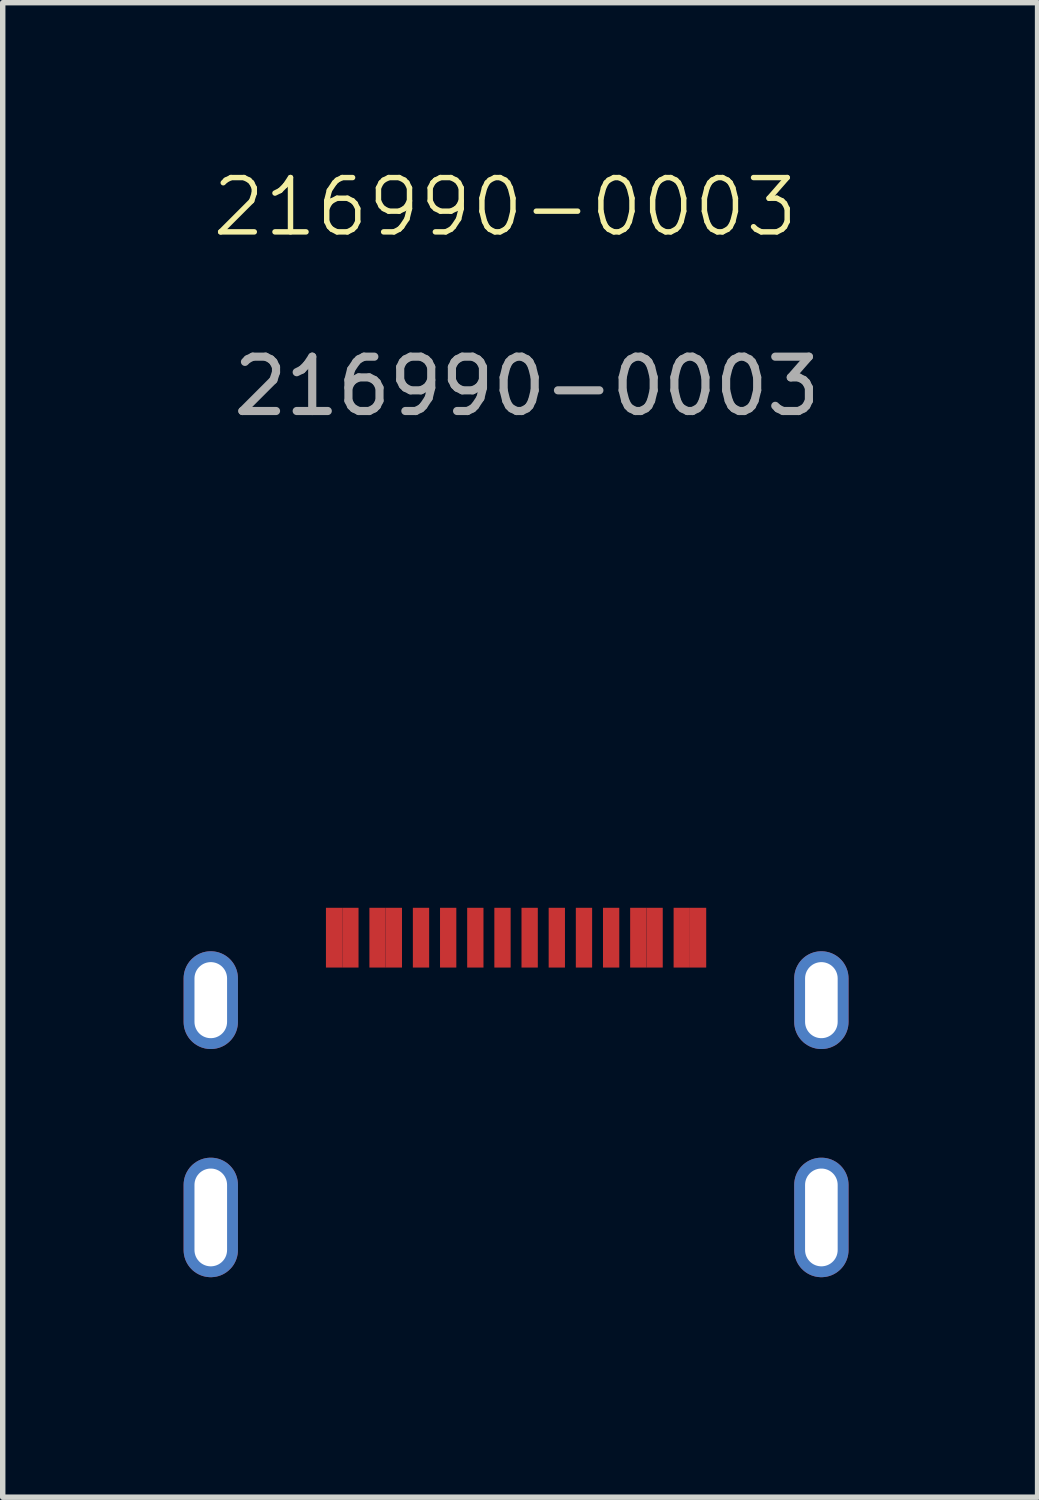
<source format=kicad_pcb>
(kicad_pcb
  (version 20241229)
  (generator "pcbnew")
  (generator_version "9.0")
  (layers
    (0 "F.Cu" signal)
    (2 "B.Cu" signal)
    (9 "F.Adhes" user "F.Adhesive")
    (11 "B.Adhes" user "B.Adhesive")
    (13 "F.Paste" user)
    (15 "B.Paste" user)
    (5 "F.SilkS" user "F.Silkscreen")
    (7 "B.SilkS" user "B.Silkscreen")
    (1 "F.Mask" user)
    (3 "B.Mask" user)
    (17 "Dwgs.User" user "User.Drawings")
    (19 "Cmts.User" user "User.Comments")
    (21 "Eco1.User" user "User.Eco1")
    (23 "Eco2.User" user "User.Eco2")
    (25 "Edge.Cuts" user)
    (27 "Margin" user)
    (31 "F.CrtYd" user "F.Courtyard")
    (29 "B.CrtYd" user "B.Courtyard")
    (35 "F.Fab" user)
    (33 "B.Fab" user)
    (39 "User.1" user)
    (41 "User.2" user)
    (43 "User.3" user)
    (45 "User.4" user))
  (footprint "216990-0003"
    (layer "F.Cu")
    (at 6.45 14.761)
    (property "Reference" "216990-0003" (at -0.2 -14 0) (unlocked yes) (layer "F.SilkS") (effects (font (size 1 1) (thickness 0.1))))
    (attr smd)
    (fp_rect (start -6.4 -1.3) (end 6.55 6.7) (stroke (width 0.1) (type default)) (fill no) (layer "Margin"))
    (fp_text user "${REFERENCE}" (at 0.2 -10.7 0) (unlocked yes) (layer "F.Fab") (effects (font (size 1 1) (thickness 0.15))))
    (pad "A1" smd rect (at -3.35 -0.55) (size 0.3 1.1) (layers "F.Cu" "F.Mask" "F.Paste"))
    (pad "A4" smd rect (at -2.55 -0.55) (size 0.3 1.1) (layers "F.Cu" "F.Mask" "F.Paste"))
    (pad "A5" smd rect (at -1.25 -0.55) (size 0.3 1.1) (layers "F.Cu" "F.Mask" "F.Paste"))
    (pad "A6" smd rect (at -0.25 -0.55) (size 0.3 1.1) (layers "F.Cu" "F.Mask" "F.Paste"))
    (pad "A7" smd rect (at 0.25 -0.55) (size 0.3 1.1) (layers "F.Cu" "F.Mask" "F.Paste"))
    (pad "A8" smd rect (at 1.25 -0.55) (size 0.3 1.1) (layers "F.Cu" "F.Mask" "F.Paste"))
    (pad "A9" smd rect (at 2.55 -0.55) (size 0.3 1.1) (layers "F.Cu" "F.Mask" "F.Paste"))
    (pad "A12" smd rect (at 3.35 -0.55) (size 0.3 1.1) (layers "F.Cu" "F.Mask" "F.Paste"))
    (pad "B1" smd rect (at 3.05 -0.55) (size 0.3 1.1) (layers "F.Cu" "F.Mask" "F.Paste"))
    (pad "B4" smd rect (at 2.25 -0.55) (size 0.3 1.1) (layers "F.Cu" "F.Mask" "F.Paste"))
    (pad "B5" smd rect (at 1.75 -0.55) (size 0.3 1.1) (layers "F.Cu" "F.Mask" "F.Paste"))
    (pad "B6" smd rect (at 0.75 -0.55) (size 0.3 1.1) (layers "F.Cu" "F.Mask" "F.Paste"))
    (pad "B7" smd rect (at -0.75 -0.55) (size 0.3 1.1) (layers "F.Cu" "F.Mask" "F.Paste"))
    (pad "B8" smd rect (at -1.75 -0.55) (size 0.3 1.1) (layers "F.Cu" "F.Mask" "F.Paste"))
    (pad "B9" smd rect (at -2.25 -0.55) (size 0.3 1.1) (layers "F.Cu" "F.Mask" "F.Paste"))
    (pad "B12" smd rect (at -3.05 -0.55) (size 0.3 1.1) (layers "F.Cu" "F.Mask" "F.Paste"))
    (pad "MH1" thru_hole oval (at -5.62 0.6) (size 1 1.8) (drill oval 0.6 1.4) (layers "*.Cu" "*.Mask"))
    (pad "MH2" thru_hole oval (at -5.62 4.6) (size 1 2.2) (drill oval 0.6 1.8) (layers "*.Cu" "*.Mask"))
    (pad "MH3" thru_hole oval (at 5.62 0.6) (size 1 1.8) (drill oval 0.6 1.4) (layers "*.Cu" "*.Mask"))
    (pad "MH4" thru_hole oval (at 5.62 4.6) (size 1 2.2) (drill oval 0.6 1.8) (layers "*.Cu" "*.Mask")))
  (gr_rect
    (start -3 -3)
    (end 16.05 24.511)
    (stroke (width 0.1) (type default))
    (fill no)
    (layer "Edge.Cuts")))
</source>
